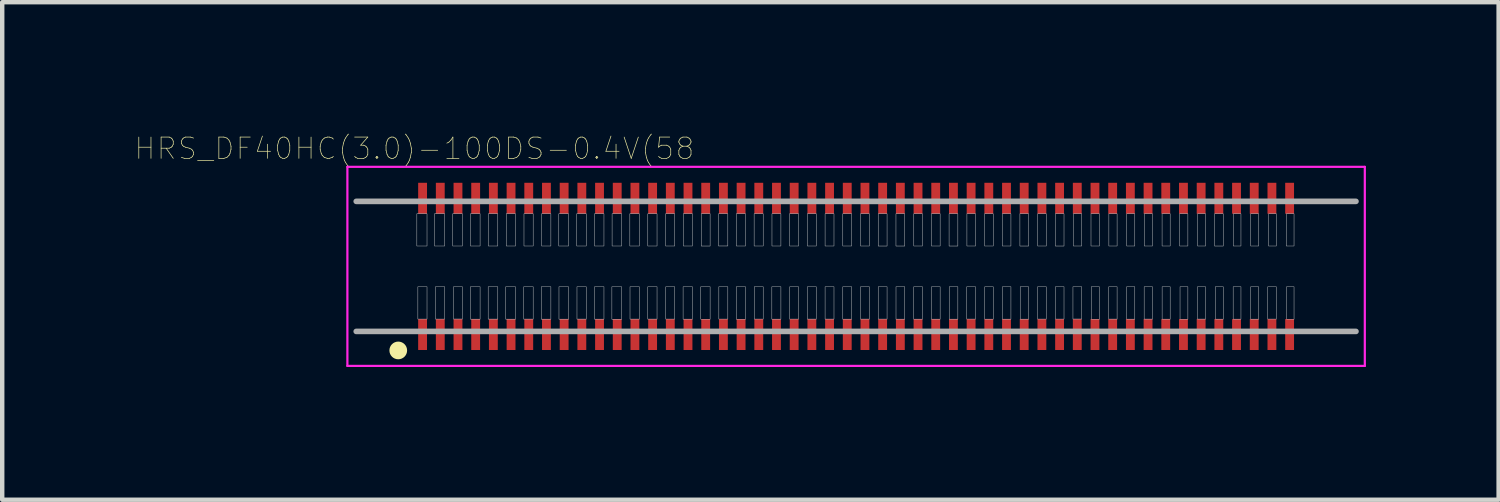
<source format=kicad_pcb>
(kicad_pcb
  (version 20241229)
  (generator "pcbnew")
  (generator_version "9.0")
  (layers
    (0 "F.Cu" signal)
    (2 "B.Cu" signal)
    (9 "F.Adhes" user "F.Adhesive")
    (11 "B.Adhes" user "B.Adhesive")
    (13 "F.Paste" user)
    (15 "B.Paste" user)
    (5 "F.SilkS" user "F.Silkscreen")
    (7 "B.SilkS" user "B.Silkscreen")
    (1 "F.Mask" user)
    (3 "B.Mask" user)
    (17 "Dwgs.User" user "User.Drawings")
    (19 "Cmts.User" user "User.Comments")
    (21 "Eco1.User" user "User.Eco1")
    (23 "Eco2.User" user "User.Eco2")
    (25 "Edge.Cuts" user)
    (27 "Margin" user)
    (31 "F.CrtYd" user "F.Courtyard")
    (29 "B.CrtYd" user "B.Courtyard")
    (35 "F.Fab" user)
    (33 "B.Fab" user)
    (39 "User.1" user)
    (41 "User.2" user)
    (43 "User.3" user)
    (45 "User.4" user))
  (footprint "HRS_DF40HC(3.0)-100DS-0.4V(58"
    (layer "F.Cu")
    (at 16.303 2.972)
    (property "Reference" "HRS_DF40HC(3.0)-100DS-0.4V(58" (at -9.985 -2.664 0) (layer "F.SilkS") (effects (font (size 0.481 0.481) (thickness 0.015))))
    (attr through_hole)
    (fp_circle (center -10.35 1.9) (end -10.25 1.9) (stroke (width 0.2) (type solid)) (fill no) (layer "F.SilkS"))
    (fp_poly (pts (xy -9.93 -1.19) (xy -9.7 -1.19) (xy -9.7 -0.461) (xy -9.93 -0.461)) (stroke (width 0.01) (type solid)) (fill no) (layer "Dwgs.User"))
    (fp_poly (pts (xy -9.907 0.46) (xy -9.7 0.46) (xy -9.7 1.191) (xy -9.907 1.191)) (stroke (width 0.01) (type solid)) (fill no) (layer "Dwgs.User"))
    (fp_poly (pts (xy -9.531 -1.19) (xy -9.3 -1.19) (xy -9.3 -0.461) (xy -9.531 -0.461)) (stroke (width 0.01) (type solid)) (fill no) (layer "Dwgs.User"))
    (fp_poly (pts (xy -9.51 0.46) (xy -9.3 0.46) (xy -9.3 1.191) (xy -9.51 1.191)) (stroke (width 0.01) (type solid)) (fill no) (layer "Dwgs.User"))
    (fp_poly (pts (xy -9.119 -1.19) (xy -8.9 -1.19) (xy -8.9 -0.461) (xy -9.119 -0.461)) (stroke (width 0.01) (type solid)) (fill no) (layer "Dwgs.User"))
    (fp_poly (pts (xy -9.102 0.46) (xy -8.9 0.46) (xy -8.9 1.19) (xy -9.102 1.19)) (stroke (width 0.01) (type solid)) (fill no) (layer "Dwgs.User"))
    (fp_poly (pts (xy -8.719 0.46) (xy -8.5 0.46) (xy -8.5 1.193) (xy -8.719 1.193)) (stroke (width 0.01) (type solid)) (fill no) (layer "Dwgs.User"))
    (fp_poly (pts (xy -8.718 -1.19) (xy -8.5 -1.19) (xy -8.5 -0.461) (xy -8.718 -0.461)) (stroke (width 0.01) (type solid)) (fill no) (layer "Dwgs.User"))
    (fp_poly (pts (xy -8.317 0.46) (xy -8.1 0.46) (xy -8.1 1.192) (xy -8.317 1.192)) (stroke (width 0.01) (type solid)) (fill no) (layer "Dwgs.User"))
    (fp_poly (pts (xy -8.314 -1.19) (xy -8.1 -1.19) (xy -8.1 -0.461) (xy -8.314 -0.461)) (stroke (width 0.01) (type solid)) (fill no) (layer "Dwgs.User"))
    (fp_poly (pts (xy -7.921 0.46) (xy -7.7 0.46) (xy -7.7 1.193) (xy -7.921 1.193)) (stroke (width 0.01) (type solid)) (fill no) (layer "Dwgs.User"))
    (fp_poly (pts (xy -7.909 -1.19) (xy -7.7 -1.19) (xy -7.7 -0.461) (xy -7.909 -0.461)) (stroke (width 0.01) (type solid)) (fill no) (layer "Dwgs.User"))
    (fp_poly (pts (xy -7.514 0.46) (xy -7.3 0.46) (xy -7.3 1.192) (xy -7.514 1.192)) (stroke (width 0.01) (type solid)) (fill no) (layer "Dwgs.User"))
    (fp_poly (pts (xy -7.508 -1.19) (xy -7.3 -1.19) (xy -7.3 -0.461) (xy -7.508 -0.461)) (stroke (width 0.01) (type solid)) (fill no) (layer "Dwgs.User"))
    (fp_poly (pts (xy -7.117 0.46) (xy -6.9 0.46) (xy -6.9 1.193) (xy -7.117 1.193)) (stroke (width 0.01) (type solid)) (fill no) (layer "Dwgs.User"))
    (fp_poly (pts (xy -7.11 -1.19) (xy -6.9 -1.19) (xy -6.9 -0.461) (xy -7.11 -0.461)) (stroke (width 0.01) (type solid)) (fill no) (layer "Dwgs.User"))
    (fp_poly (pts (xy -6.721 -1.19) (xy -6.5 -1.19) (xy -6.5 -0.461) (xy -6.721 -0.461)) (stroke (width 0.01) (type solid)) (fill no) (layer "Dwgs.User"))
    (fp_poly (pts (xy -6.717 0.46) (xy -6.5 0.46) (xy -6.5 1.193) (xy -6.717 1.193)) (stroke (width 0.01) (type solid)) (fill no) (layer "Dwgs.User"))
    (fp_poly (pts (xy -6.316 -1.19) (xy -6.1 -1.19) (xy -6.1 -0.461) (xy -6.316 -0.461)) (stroke (width 0.01) (type solid)) (fill no) (layer "Dwgs.User"))
    (fp_poly (pts (xy -6.31 0.46) (xy -6.1 0.46) (xy -6.1 1.192) (xy -6.31 1.192)) (stroke (width 0.01) (type solid)) (fill no) (layer "Dwgs.User"))
    (fp_poly (pts (xy -5.914 -1.19) (xy -5.7 -1.19) (xy -5.7 -0.461) (xy -5.914 -0.461)) (stroke (width 0.01) (type solid)) (fill no) (layer "Dwgs.User"))
    (fp_poly (pts (xy -5.914 0.46) (xy -5.7 0.46) (xy -5.7 1.193) (xy -5.914 1.193)) (stroke (width 0.01) (type solid)) (fill no) (layer "Dwgs.User"))
    (fp_poly (pts (xy -5.521 0.46) (xy -5.3 0.46) (xy -5.3 1.195) (xy -5.521 1.195)) (stroke (width 0.01) (type solid)) (fill no) (layer "Dwgs.User"))
    (fp_poly (pts (xy -5.516 -1.19) (xy -5.3 -1.19) (xy -5.3 -0.461) (xy -5.516 -0.461)) (stroke (width 0.01) (type solid)) (fill no) (layer "Dwgs.User"))
    (fp_poly (pts (xy -5.115 -1.19) (xy -4.9 -1.19) (xy -4.9 -0.461) (xy -5.115 -0.461)) (stroke (width 0.01) (type solid)) (fill no) (layer "Dwgs.User"))
    (fp_poly (pts (xy -5.111 0.46) (xy -4.9 0.46) (xy -4.9 1.192) (xy -5.111 1.192)) (stroke (width 0.01) (type solid)) (fill no) (layer "Dwgs.User"))
    (fp_poly (pts (xy -4.71 0.46) (xy -4.5 0.46) (xy -4.5 1.192) (xy -4.71 1.192)) (stroke (width 0.01) (type solid)) (fill no) (layer "Dwgs.User"))
    (fp_poly (pts (xy -4.709 -1.19) (xy -4.5 -1.19) (xy -4.5 -0.461) (xy -4.709 -0.461)) (stroke (width 0.01) (type solid)) (fill no) (layer "Dwgs.User"))
    (fp_poly (pts (xy -4.306 -1.19) (xy -4.1 -1.19) (xy -4.1 -0.461) (xy -4.306 -0.461)) (stroke (width 0.01) (type solid)) (fill no) (layer "Dwgs.User"))
    (fp_poly (pts (xy -4.303 0.46) (xy -4.1 0.46) (xy -4.1 1.191) (xy -4.303 1.191)) (stroke (width 0.01) (type solid)) (fill no) (layer "Dwgs.User"))
    (fp_poly (pts (xy -3.911 0.46) (xy -3.7 0.46) (xy -3.7 1.193) (xy -3.911 1.193)) (stroke (width 0.01) (type solid)) (fill no) (layer "Dwgs.User"))
    (fp_poly (pts (xy -3.906 -1.19) (xy -3.7 -1.19) (xy -3.7 -0.461) (xy -3.906 -0.461)) (stroke (width 0.01) (type solid)) (fill no) (layer "Dwgs.User"))
    (fp_poly (pts (xy -3.512 0.46) (xy -3.3 0.46) (xy -3.3 1.194) (xy -3.512 1.194)) (stroke (width 0.01) (type solid)) (fill no) (layer "Dwgs.User"))
    (fp_poly (pts (xy -3.501 -1.19) (xy -3.3 -1.19) (xy -3.3 -0.46) (xy -3.501 -0.46)) (stroke (width 0.01) (type solid)) (fill no) (layer "Dwgs.User"))
    (fp_poly (pts (xy -3.11 -1.19) (xy -2.9 -1.19) (xy -2.9 -0.462) (xy -3.11 -0.462)) (stroke (width 0.01) (type solid)) (fill no) (layer "Dwgs.User"))
    (fp_poly (pts (xy -3.103 0.46) (xy -2.9 0.46) (xy -2.9 1.191) (xy -3.103 1.191)) (stroke (width 0.01) (type solid)) (fill no) (layer "Dwgs.User"))
    (fp_poly (pts (xy -2.709 0.46) (xy -2.5 0.46) (xy -2.5 1.194) (xy -2.709 1.194)) (stroke (width 0.01) (type solid)) (fill no) (layer "Dwgs.User"))
    (fp_poly (pts (xy -2.708 -1.19) (xy -2.5 -1.19) (xy -2.5 -0.461) (xy -2.708 -0.461)) (stroke (width 0.01) (type solid)) (fill no) (layer "Dwgs.User"))
    (fp_poly (pts (xy -2.305 -1.19) (xy -2.1 -1.19) (xy -2.1 -0.461) (xy -2.305 -0.461)) (stroke (width 0.01) (type solid)) (fill no) (layer "Dwgs.User"))
    (fp_poly (pts (xy -2.303 0.46) (xy -2.1 0.46) (xy -2.1 1.191) (xy -2.303 1.191)) (stroke (width 0.01) (type solid)) (fill no) (layer "Dwgs.User"))
    (fp_poly (pts (xy -1.905 0.46) (xy -1.7 0.46) (xy -1.7 1.193) (xy -1.905 1.193)) (stroke (width 0.01) (type solid)) (fill no) (layer "Dwgs.User"))
    (fp_poly (pts (xy -1.902 -1.19) (xy -1.7 -1.19) (xy -1.7 -0.461) (xy -1.902 -0.461)) (stroke (width 0.01) (type solid)) (fill no) (layer "Dwgs.User"))
    (fp_poly (pts (xy -1.504 -1.19) (xy -1.3 -1.19) (xy -1.3 -0.461) (xy -1.504 -0.461)) (stroke (width 0.01) (type solid)) (fill no) (layer "Dwgs.User"))
    (fp_poly (pts (xy -1.501 0.46) (xy -1.3 0.46) (xy -1.3 1.191) (xy -1.501 1.191)) (stroke (width 0.01) (type solid)) (fill no) (layer "Dwgs.User"))
    (fp_poly (pts (xy -1.102 0.46) (xy -0.9 0.46) (xy -0.9 1.192) (xy -1.102 1.192)) (stroke (width 0.01) (type solid)) (fill no) (layer "Dwgs.User"))
    (fp_poly (pts (xy -1.102 -1.19) (xy -0.9 -1.19) (xy -0.9 -0.461) (xy -1.102 -0.461)) (stroke (width 0.01) (type solid)) (fill no) (layer "Dwgs.User"))
    (fp_poly (pts (xy -0.701 0.46) (xy -0.5 0.46) (xy -0.5 1.192) (xy -0.701 1.192)) (stroke (width 0.01) (type solid)) (fill no) (layer "Dwgs.User"))
    (fp_poly (pts (xy -0.701 -1.19) (xy -0.5 -1.19) (xy -0.5 -0.461) (xy -0.701 -0.461)) (stroke (width 0.01) (type solid)) (fill no) (layer "Dwgs.User"))
    (fp_poly (pts (xy -0.301 -1.19) (xy -0.1 -1.19) (xy -0.1 -0.461) (xy -0.301 -0.461)) (stroke (width 0.01) (type solid)) (fill no) (layer "Dwgs.User"))
    (fp_poly (pts (xy -0.301 0.46) (xy -0.1 0.46) (xy -0.1 1.193) (xy -0.301 1.193)) (stroke (width 0.01) (type solid)) (fill no) (layer "Dwgs.User"))
    (fp_poly (pts (xy 0.1 0.46) (xy 0.3 0.46) (xy 0.3 1.192) (xy 0.1 1.192)) (stroke (width 0.01) (type solid)) (fill no) (layer "Dwgs.User"))
    (fp_poly (pts (xy 0.1 -1.19) (xy 0.3 -1.19) (xy 0.3 -0.461) (xy 0.1 -0.461)) (stroke (width 0.01) (type solid)) (fill no) (layer "Dwgs.User"))
    (fp_poly (pts (xy 0.5 0.46) (xy 0.7 0.46) (xy 0.7 1.191) (xy 0.5 1.191)) (stroke (width 0.01) (type solid)) (fill no) (layer "Dwgs.User"))
    (fp_poly (pts (xy 0.5 -1.19) (xy 0.7 -1.19) (xy 0.7 -0.46) (xy 0.5 -0.46)) (stroke (width 0.01) (type solid)) (fill no) (layer "Dwgs.User"))
    (fp_poly (pts (xy 0.901 -1.19) (xy 1.1 -1.19) (xy 1.1 -0.46) (xy 0.901 -0.46)) (stroke (width 0.01) (type solid)) (fill no) (layer "Dwgs.User"))
    (fp_poly (pts (xy 0.902 0.46) (xy 1.1 0.46) (xy 1.1 1.193) (xy 0.902 1.193)) (stroke (width 0.01) (type solid)) (fill no) (layer "Dwgs.User"))
    (fp_poly (pts (xy 1.303 0.46) (xy 1.5 0.46) (xy 1.5 1.193) (xy 1.303 1.193)) (stroke (width 0.01) (type solid)) (fill no) (layer "Dwgs.User"))
    (fp_poly (pts (xy 1.304 -1.19) (xy 1.5 -1.19) (xy 1.5 -0.461) (xy 1.304 -0.461)) (stroke (width 0.01) (type solid)) (fill no) (layer "Dwgs.User"))
    (fp_poly (pts (xy 1.702 -1.19) (xy 1.9 -1.19) (xy 1.9 -0.461) (xy 1.702 -0.461)) (stroke (width 0.01) (type solid)) (fill no) (layer "Dwgs.User"))
    (fp_poly (pts (xy 1.704 0.46) (xy 1.9 0.46) (xy 1.9 1.193) (xy 1.704 1.193)) (stroke (width 0.01) (type solid)) (fill no) (layer "Dwgs.User"))
    (fp_poly (pts (xy 2.102 -1.19) (xy 2.3 -1.19) (xy 2.3 -0.46) (xy 2.102 -0.46)) (stroke (width 0.01) (type solid)) (fill no) (layer "Dwgs.User"))
    (fp_poly (pts (xy 2.105 0.46) (xy 2.3 0.46) (xy 2.3 1.193) (xy 2.105 1.193)) (stroke (width 0.01) (type solid)) (fill no) (layer "Dwgs.User"))
    (fp_poly (pts (xy 2.501 0.46) (xy 2.7 0.46) (xy 2.7 1.191) (xy 2.501 1.191)) (stroke (width 0.01) (type solid)) (fill no) (layer "Dwgs.User"))
    (fp_poly (pts (xy 2.505 -1.19) (xy 2.7 -1.19) (xy 2.7 -0.461) (xy 2.505 -0.461)) (stroke (width 0.01) (type solid)) (fill no) (layer "Dwgs.User"))
    (fp_poly (pts (xy 2.905 -1.19) (xy 3.1 -1.19) (xy 3.1 -0.461) (xy 2.905 -0.461)) (stroke (width 0.01) (type solid)) (fill no) (layer "Dwgs.User"))
    (fp_poly (pts (xy 2.908 0.46) (xy 3.1 0.46) (xy 3.1 1.193) (xy 2.908 1.193)) (stroke (width 0.01) (type solid)) (fill no) (layer "Dwgs.User"))
    (fp_poly (pts (xy 3.305 -1.19) (xy 3.5 -1.19) (xy 3.5 -0.461) (xy 3.305 -0.461)) (stroke (width 0.01) (type solid)) (fill no) (layer "Dwgs.User"))
    (fp_poly (pts (xy 3.307 0.46) (xy 3.5 0.46) (xy 3.5 1.193) (xy 3.307 1.193)) (stroke (width 0.01) (type solid)) (fill no) (layer "Dwgs.User"))
    (fp_poly (pts (xy 3.703 -1.19) (xy 3.9 -1.19) (xy 3.9 -0.46) (xy 3.703 -0.46)) (stroke (width 0.01) (type solid)) (fill no) (layer "Dwgs.User"))
    (fp_poly (pts (xy 3.71 0.46) (xy 3.9 0.46) (xy 3.9 1.193) (xy 3.71 1.193)) (stroke (width 0.01) (type solid)) (fill no) (layer "Dwgs.User"))
    (fp_poly (pts (xy 4.102 0.46) (xy 4.3 0.46) (xy 4.3 1.191) (xy 4.102 1.191)) (stroke (width 0.01) (type solid)) (fill no) (layer "Dwgs.User"))
    (fp_poly (pts (xy 4.105 -1.19) (xy 4.3 -1.19) (xy 4.3 -0.461) (xy 4.105 -0.461)) (stroke (width 0.01) (type solid)) (fill no) (layer "Dwgs.User"))
    (fp_poly (pts (xy 4.504 -1.19) (xy 4.7 -1.19) (xy 4.7 -0.46) (xy 4.504 -0.46)) (stroke (width 0.01) (type solid)) (fill no) (layer "Dwgs.User"))
    (fp_poly (pts (xy 4.505 0.46) (xy 4.7 0.46) (xy 4.7 1.191) (xy 4.505 1.191)) (stroke (width 0.01) (type solid)) (fill no) (layer "Dwgs.User"))
    (fp_poly (pts (xy 4.902 0.46) (xy 5.1 0.46) (xy 5.1 1.19) (xy 4.902 1.19)) (stroke (width 0.01) (type solid)) (fill no) (layer "Dwgs.User"))
    (fp_poly (pts (xy 4.911 -1.19) (xy 5.1 -1.19) (xy 5.1 -0.461) (xy 4.911 -0.461)) (stroke (width 0.01) (type solid)) (fill no) (layer "Dwgs.User"))
    (fp_poly (pts (xy 5.31 -1.19) (xy 5.5 -1.19) (xy 5.5 -0.461) (xy 5.31 -0.461)) (stroke (width 0.01) (type solid)) (fill no) (layer "Dwgs.User"))
    (fp_poly (pts (xy 5.316 0.46) (xy 5.5 0.46) (xy 5.5 1.194) (xy 5.316 1.194)) (stroke (width 0.01) (type solid)) (fill no) (layer "Dwgs.User"))
    (fp_poly (pts (xy 5.712 0.46) (xy 5.9 0.46) (xy 5.9 1.192) (xy 5.712 1.192)) (stroke (width 0.01) (type solid)) (fill no) (layer "Dwgs.User"))
    (fp_poly (pts (xy 5.714 -1.19) (xy 5.9 -1.19) (xy 5.9 -0.461) (xy 5.714 -0.461)) (stroke (width 0.01) (type solid)) (fill no) (layer "Dwgs.User"))
    (fp_poly (pts (xy 6.115 0.46) (xy 6.3 0.46) (xy 6.3 1.193) (xy 6.115 1.193)) (stroke (width 0.01) (type solid)) (fill no) (layer "Dwgs.User"))
    (fp_poly (pts (xy 6.117 -1.19) (xy 6.3 -1.19) (xy 6.3 -0.461) (xy 6.117 -0.461)) (stroke (width 0.01) (type solid)) (fill no) (layer "Dwgs.User"))
    (fp_poly (pts (xy 6.512 0.46) (xy 6.7 0.46) (xy 6.7 1.192) (xy 6.512 1.192)) (stroke (width 0.01) (type solid)) (fill no) (layer "Dwgs.User"))
    (fp_poly (pts (xy 6.514 -1.19) (xy 6.7 -1.19) (xy 6.7 -0.461) (xy 6.514 -0.461)) (stroke (width 0.01) (type solid)) (fill no) (layer "Dwgs.User"))
    (fp_poly (pts (xy 6.917 -1.19) (xy 7.1 -1.19) (xy 7.1 -0.461) (xy 6.917 -0.461)) (stroke (width 0.01) (type solid)) (fill no) (layer "Dwgs.User"))
    (fp_poly (pts (xy 6.918 0.46) (xy 7.1 0.46) (xy 7.1 1.193) (xy 6.918 1.193)) (stroke (width 0.01) (type solid)) (fill no) (layer "Dwgs.User"))
    (fp_poly (pts (xy 7.313 -1.19) (xy 7.5 -1.19) (xy 7.5 -0.461) (xy 7.313 -0.461)) (stroke (width 0.01) (type solid)) (fill no) (layer "Dwgs.User"))
    (fp_poly (pts (xy 7.323 0.46) (xy 7.5 0.46) (xy 7.5 1.194) (xy 7.323 1.194)) (stroke (width 0.01) (type solid)) (fill no) (layer "Dwgs.User"))
    (fp_poly (pts (xy 7.716 0.46) (xy 7.9 0.46) (xy 7.9 1.192) (xy 7.716 1.192)) (stroke (width 0.01) (type solid)) (fill no) (layer "Dwgs.User"))
    (fp_poly (pts (xy 7.719 -1.19) (xy 7.9 -1.19) (xy 7.9 -0.461) (xy 7.719 -0.461)) (stroke (width 0.01) (type solid)) (fill no) (layer "Dwgs.User"))
    (fp_poly (pts (xy 8.104 -1.19) (xy 8.3 -1.19) (xy 8.3 -0.46) (xy 8.104 -0.46)) (stroke (width 0.01) (type solid)) (fill no) (layer "Dwgs.User"))
    (fp_poly (pts (xy 8.12 0.46) (xy 8.3 0.46) (xy 8.3 1.193) (xy 8.12 1.193)) (stroke (width 0.01) (type solid)) (fill no) (layer "Dwgs.User"))
    (fp_poly (pts (xy 8.524 0.46) (xy 8.7 0.46) (xy 8.7 1.193) (xy 8.524 1.193)) (stroke (width 0.01) (type solid)) (fill no) (layer "Dwgs.User"))
    (fp_poly (pts (xy 8.526 -1.19) (xy 8.7 -1.19) (xy 8.7 -0.461) (xy 8.526 -0.461)) (stroke (width 0.01) (type solid)) (fill no) (layer "Dwgs.User"))
    (fp_poly (pts (xy 8.92 0.46) (xy 9.1 0.46) (xy 9.1 1.193) (xy 8.92 1.193)) (stroke (width 0.01) (type solid)) (fill no) (layer "Dwgs.User"))
    (fp_poly (pts (xy 8.92 -1.19) (xy 9.1 -1.19) (xy 9.1 -0.461) (xy 8.92 -0.461)) (stroke (width 0.01) (type solid)) (fill no) (layer "Dwgs.User"))
    (fp_poly (pts (xy 9.305 0.46) (xy 9.5 0.46) (xy 9.5 1.191) (xy 9.305 1.191)) (stroke (width 0.01) (type solid)) (fill no) (layer "Dwgs.User"))
    (fp_poly (pts (xy 9.324 -1.19) (xy 9.5 -1.19) (xy 9.5 -0.461) (xy 9.324 -0.461)) (stroke (width 0.01) (type solid)) (fill no) (layer "Dwgs.User"))
    (fp_poly (pts (xy 9.724 -1.19) (xy 9.9 -1.19) (xy 9.9 -0.461) (xy 9.724 -0.461)) (stroke (width 0.01) (type solid)) (fill no) (layer "Dwgs.User"))
    (fp_poly (pts (xy 9.73 0.46) (xy 9.9 0.46) (xy 9.9 1.194) (xy 9.73 1.194)) (stroke (width 0.01) (type solid)) (fill no) (layer "Dwgs.User"))
    (fp_line (start -11.5 -2.25) (end 11.5 -2.25) (stroke (width 0.05) (type solid)) (layer "F.CrtYd"))
    (fp_line (start -11.5 2.25) (end -11.5 -2.25) (stroke (width 0.05) (type solid)) (layer "F.CrtYd"))
    (fp_line (start 11.5 -2.25) (end 11.5 2.25) (stroke (width 0.05) (type solid)) (layer "F.CrtYd"))
    (fp_line (start 11.5 2.25) (end -11.5 2.25) (stroke (width 0.05) (type solid)) (layer "F.CrtYd"))
    (fp_line (start -11.3 -1.47) (end 11.3 -1.47) (stroke (width 0.127) (type solid)) (layer "F.Fab"))
    (fp_line (start 11.3 1.47) (end -11.3 1.47) (stroke (width 0.127) (type solid)) (layer "F.Fab"))
    (pad "1" smd rect (at -9.8 1.54) (size 0.2 0.7) (layers "F.Cu" "F.Mask" "F.Paste"))
    (pad "2" smd rect (at -9.8 -1.54) (size 0.2 0.7) (layers "F.Cu" "F.Mask" "F.Paste"))
    (pad "3" smd rect (at -9.4 1.54) (size 0.2 0.7) (layers "F.Cu" "F.Mask" "F.Paste"))
    (pad "4" smd rect (at -9.4 -1.54) (size 0.2 0.7) (layers "F.Cu" "F.Mask" "F.Paste"))
    (pad "5" smd rect (at -9 1.54) (size 0.2 0.7) (layers "F.Cu" "F.Mask" "F.Paste"))
    (pad "6" smd rect (at -9 -1.54) (size 0.2 0.7) (layers "F.Cu" "F.Mask" "F.Paste"))
    (pad "7" smd rect (at -8.6 1.54) (size 0.2 0.7) (layers "F.Cu" "F.Mask" "F.Paste"))
    (pad "8" smd rect (at -8.6 -1.54) (size 0.2 0.7) (layers "F.Cu" "F.Mask" "F.Paste"))
    (pad "9" smd rect (at -8.2 1.54) (size 0.2 0.7) (layers "F.Cu" "F.Mask" "F.Paste"))
    (pad "10" smd rect (at -8.2 -1.54) (size 0.2 0.7) (layers "F.Cu" "F.Mask" "F.Paste"))
    (pad "11" smd rect (at -7.8 1.54) (size 0.2 0.7) (layers "F.Cu" "F.Mask" "F.Paste"))
    (pad "12" smd rect (at -7.8 -1.54) (size 0.2 0.7) (layers "F.Cu" "F.Mask" "F.Paste"))
    (pad "13" smd rect (at -7.4 1.54) (size 0.2 0.7) (layers "F.Cu" "F.Mask" "F.Paste"))
    (pad "14" smd rect (at -7.4 -1.54) (size 0.2 0.7) (layers "F.Cu" "F.Mask" "F.Paste"))
    (pad "15" smd rect (at -7 1.54) (size 0.2 0.7) (layers "F.Cu" "F.Mask" "F.Paste"))
    (pad "16" smd rect (at -7 -1.54) (size 0.2 0.7) (layers "F.Cu" "F.Mask" "F.Paste"))
    (pad "17" smd rect (at -6.6 1.54) (size 0.2 0.7) (layers "F.Cu" "F.Mask" "F.Paste"))
    (pad "18" smd rect (at -6.6 -1.54) (size 0.2 0.7) (layers "F.Cu" "F.Mask" "F.Paste"))
    (pad "19" smd rect (at -6.2 1.54) (size 0.2 0.7) (layers "F.Cu" "F.Mask" "F.Paste"))
    (pad "20" smd rect (at -6.2 -1.54) (size 0.2 0.7) (layers "F.Cu" "F.Mask" "F.Paste"))
    (pad "21" smd rect (at -5.8 1.54) (size 0.2 0.7) (layers "F.Cu" "F.Mask" "F.Paste"))
    (pad "22" smd rect (at -5.8 -1.54) (size 0.2 0.7) (layers "F.Cu" "F.Mask" "F.Paste"))
    (pad "23" smd rect (at -5.4 1.54) (size 0.2 0.7) (layers "F.Cu" "F.Mask" "F.Paste"))
    (pad "24" smd rect (at -5.4 -1.54) (size 0.2 0.7) (layers "F.Cu" "F.Mask" "F.Paste"))
    (pad "25" smd rect (at -5 1.54) (size 0.2 0.7) (layers "F.Cu" "F.Mask" "F.Paste"))
    (pad "26" smd rect (at -5 -1.54) (size 0.2 0.7) (layers "F.Cu" "F.Mask" "F.Paste"))
    (pad "27" smd rect (at -4.6 1.54) (size 0.2 0.7) (layers "F.Cu" "F.Mask" "F.Paste"))
    (pad "28" smd rect (at -4.6 -1.54) (size 0.2 0.7) (layers "F.Cu" "F.Mask" "F.Paste"))
    (pad "29" smd rect (at -4.2 1.54) (size 0.2 0.7) (layers "F.Cu" "F.Mask" "F.Paste"))
    (pad "30" smd rect (at -4.2 -1.54) (size 0.2 0.7) (layers "F.Cu" "F.Mask" "F.Paste"))
    (pad "31" smd rect (at -3.8 1.54) (size 0.2 0.7) (layers "F.Cu" "F.Mask" "F.Paste"))
    (pad "32" smd rect (at -3.8 -1.54) (size 0.2 0.7) (layers "F.Cu" "F.Mask" "F.Paste"))
    (pad "33" smd rect (at -3.4 1.54) (size 0.2 0.7) (layers "F.Cu" "F.Mask" "F.Paste"))
    (pad "34" smd rect (at -3.4 -1.54) (size 0.2 0.7) (layers "F.Cu" "F.Mask" "F.Paste"))
    (pad "35" smd rect (at -3 1.54) (size 0.2 0.7) (layers "F.Cu" "F.Mask" "F.Paste"))
    (pad "36" smd rect (at -3 -1.54) (size 0.2 0.7) (layers "F.Cu" "F.Mask" "F.Paste"))
    (pad "37" smd rect (at -2.6 1.54) (size 0.2 0.7) (layers "F.Cu" "F.Mask" "F.Paste"))
    (pad "38" smd rect (at -2.6 -1.54) (size 0.2 0.7) (layers "F.Cu" "F.Mask" "F.Paste"))
    (pad "39" smd rect (at -2.2 1.54) (size 0.2 0.7) (layers "F.Cu" "F.Mask" "F.Paste"))
    (pad "40" smd rect (at -2.2 -1.54) (size 0.2 0.7) (layers "F.Cu" "F.Mask" "F.Paste"))
    (pad "41" smd rect (at -1.8 1.54) (size 0.2 0.7) (layers "F.Cu" "F.Mask" "F.Paste"))
    (pad "42" smd rect (at -1.8 -1.54) (size 0.2 0.7) (layers "F.Cu" "F.Mask" "F.Paste"))
    (pad "43" smd rect (at -1.4 1.54) (size 0.2 0.7) (layers "F.Cu" "F.Mask" "F.Paste"))
    (pad "44" smd rect (at -1.4 -1.54) (size 0.2 0.7) (layers "F.Cu" "F.Mask" "F.Paste"))
    (pad "45" smd rect (at -1 1.54) (size 0.2 0.7) (layers "F.Cu" "F.Mask" "F.Paste"))
    (pad "46" smd rect (at -1 -1.54) (size 0.2 0.7) (layers "F.Cu" "F.Mask" "F.Paste"))
    (pad "47" smd rect (at -0.6 1.54) (size 0.2 0.7) (layers "F.Cu" "F.Mask" "F.Paste"))
    (pad "48" smd rect (at -0.6 -1.54) (size 0.2 0.7) (layers "F.Cu" "F.Mask" "F.Paste"))
    (pad "49" smd rect (at -0.2 1.54) (size 0.2 0.7) (layers "F.Cu" "F.Mask" "F.Paste"))
    (pad "50" smd rect (at -0.2 -1.54) (size 0.2 0.7) (layers "F.Cu" "F.Mask" "F.Paste"))
    (pad "51" smd rect (at 0.2 1.54) (size 0.2 0.7) (layers "F.Cu" "F.Mask" "F.Paste"))
    (pad "52" smd rect (at 0.2 -1.54) (size 0.2 0.7) (layers "F.Cu" "F.Mask" "F.Paste"))
    (pad "53" smd rect (at 0.6 1.54) (size 0.2 0.7) (layers "F.Cu" "F.Mask" "F.Paste"))
    (pad "54" smd rect (at 0.6 -1.54) (size 0.2 0.7) (layers "F.Cu" "F.Mask" "F.Paste"))
    (pad "55" smd rect (at 1 1.54) (size 0.2 0.7) (layers "F.Cu" "F.Mask" "F.Paste"))
    (pad "56" smd rect (at 1 -1.54) (size 0.2 0.7) (layers "F.Cu" "F.Mask" "F.Paste"))
    (pad "57" smd rect (at 1.4 1.54) (size 0.2 0.7) (layers "F.Cu" "F.Mask" "F.Paste"))
    (pad "58" smd rect (at 1.4 -1.54) (size 0.2 0.7) (layers "F.Cu" "F.Mask" "F.Paste"))
    (pad "59" smd rect (at 1.8 1.54) (size 0.2 0.7) (layers "F.Cu" "F.Mask" "F.Paste"))
    (pad "60" smd rect (at 1.8 -1.54) (size 0.2 0.7) (layers "F.Cu" "F.Mask" "F.Paste"))
    (pad "61" smd rect (at 2.2 1.54) (size 0.2 0.7) (layers "F.Cu" "F.Mask" "F.Paste"))
    (pad "62" smd rect (at 2.2 -1.54) (size 0.2 0.7) (layers "F.Cu" "F.Mask" "F.Paste"))
    (pad "63" smd rect (at 2.6 1.54) (size 0.2 0.7) (layers "F.Cu" "F.Mask" "F.Paste"))
    (pad "64" smd rect (at 2.6 -1.54) (size 0.2 0.7) (layers "F.Cu" "F.Mask" "F.Paste"))
    (pad "65" smd rect (at 3 1.54) (size 0.2 0.7) (layers "F.Cu" "F.Mask" "F.Paste"))
    (pad "66" smd rect (at 3 -1.54) (size 0.2 0.7) (layers "F.Cu" "F.Mask" "F.Paste"))
    (pad "67" smd rect (at 3.4 1.54) (size 0.2 0.7) (layers "F.Cu" "F.Mask" "F.Paste"))
    (pad "68" smd rect (at 3.4 -1.54) (size 0.2 0.7) (layers "F.Cu" "F.Mask" "F.Paste"))
    (pad "69" smd rect (at 3.8 1.54) (size 0.2 0.7) (layers "F.Cu" "F.Mask" "F.Paste"))
    (pad "70" smd rect (at 3.8 -1.54) (size 0.2 0.7) (layers "F.Cu" "F.Mask" "F.Paste"))
    (pad "71" smd rect (at 4.2 1.54) (size 0.2 0.7) (layers "F.Cu" "F.Mask" "F.Paste"))
    (pad "72" smd rect (at 4.2 -1.54) (size 0.2 0.7) (layers "F.Cu" "F.Mask" "F.Paste"))
    (pad "73" smd rect (at 4.6 1.54) (size 0.2 0.7) (layers "F.Cu" "F.Mask" "F.Paste"))
    (pad "74" smd rect (at 4.6 -1.54) (size 0.2 0.7) (layers "F.Cu" "F.Mask" "F.Paste"))
    (pad "75" smd rect (at 5 1.54) (size 0.2 0.7) (layers "F.Cu" "F.Mask" "F.Paste"))
    (pad "76" smd rect (at 5 -1.54) (size 0.2 0.7) (layers "F.Cu" "F.Mask" "F.Paste"))
    (pad "77" smd rect (at 5.4 1.54) (size 0.2 0.7) (layers "F.Cu" "F.Mask" "F.Paste"))
    (pad "78" smd rect (at 5.4 -1.54) (size 0.2 0.7) (layers "F.Cu" "F.Mask" "F.Paste"))
    (pad "79" smd rect (at 5.8 1.54) (size 0.2 0.7) (layers "F.Cu" "F.Mask" "F.Paste"))
    (pad "80" smd rect (at 5.8 -1.54) (size 0.2 0.7) (layers "F.Cu" "F.Mask" "F.Paste"))
    (pad "81" smd rect (at 6.2 1.54) (size 0.2 0.7) (layers "F.Cu" "F.Mask" "F.Paste"))
    (pad "82" smd rect (at 6.2 -1.54) (size 0.2 0.7) (layers "F.Cu" "F.Mask" "F.Paste"))
    (pad "83" smd rect (at 6.6 1.54) (size 0.2 0.7) (layers "F.Cu" "F.Mask" "F.Paste"))
    (pad "84" smd rect (at 6.6 -1.54) (size 0.2 0.7) (layers "F.Cu" "F.Mask" "F.Paste"))
    (pad "85" smd rect (at 7 1.54) (size 0.2 0.7) (layers "F.Cu" "F.Mask" "F.Paste"))
    (pad "86" smd rect (at 7 -1.54) (size 0.2 0.7) (layers "F.Cu" "F.Mask" "F.Paste"))
    (pad "87" smd rect (at 7.4 1.54) (size 0.2 0.7) (layers "F.Cu" "F.Mask" "F.Paste"))
    (pad "88" smd rect (at 7.4 -1.54) (size 0.2 0.7) (layers "F.Cu" "F.Mask" "F.Paste"))
    (pad "89" smd rect (at 7.8 1.54) (size 0.2 0.7) (layers "F.Cu" "F.Mask" "F.Paste"))
    (pad "90" smd rect (at 7.8 -1.54) (size 0.2 0.7) (layers "F.Cu" "F.Mask" "F.Paste"))
    (pad "91" smd rect (at 8.2 1.54) (size 0.2 0.7) (layers "F.Cu" "F.Mask" "F.Paste"))
    (pad "92" smd rect (at 8.2 -1.54) (size 0.2 0.7) (layers "F.Cu" "F.Mask" "F.Paste"))
    (pad "93" smd rect (at 8.6 1.54) (size 0.2 0.7) (layers "F.Cu" "F.Mask" "F.Paste"))
    (pad "94" smd rect (at 8.6 -1.54) (size 0.2 0.7) (layers "F.Cu" "F.Mask" "F.Paste"))
    (pad "95" smd rect (at 9 1.54) (size 0.2 0.7) (layers "F.Cu" "F.Mask" "F.Paste"))
    (pad "96" smd rect (at 9 -1.54) (size 0.2 0.7) (layers "F.Cu" "F.Mask" "F.Paste"))
    (pad "97" smd rect (at 9.4 1.54) (size 0.2 0.7) (layers "F.Cu" "F.Mask" "F.Paste"))
    (pad "98" smd rect (at 9.4 -1.54) (size 0.2 0.7) (layers "F.Cu" "F.Mask" "F.Paste"))
    (pad "99" smd rect (at 9.8 1.54) (size 0.2 0.7) (layers "F.Cu" "F.Mask" "F.Paste"))
    (pad "100" smd rect (at 9.8 -1.54) (size 0.2 0.7) (layers "F.Cu" "F.Mask" "F.Paste")))
  (gr_rect
    (start -3 -3)
    (end 30.828 8.247)
    (stroke (width 0.1) (type default))
    (fill no)
    (layer "Edge.Cuts")))
</source>
